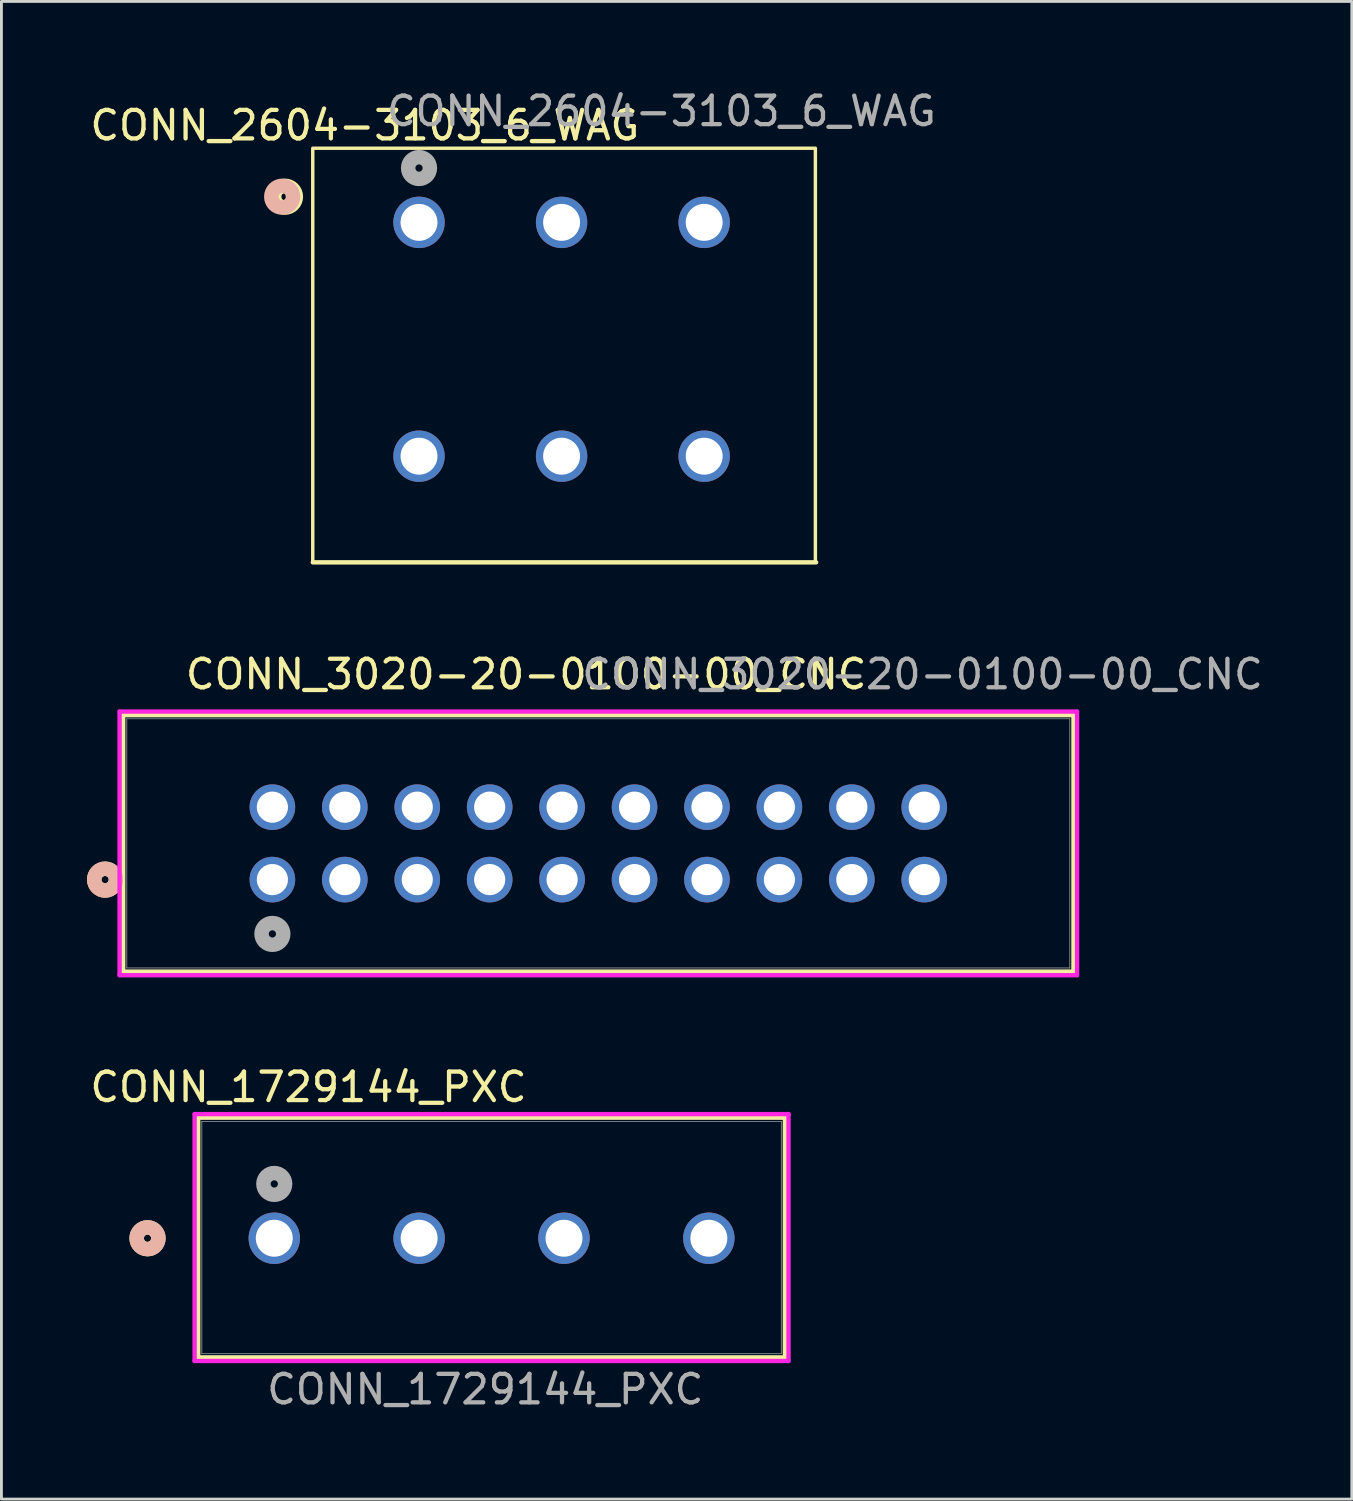
<source format=kicad_pcb>
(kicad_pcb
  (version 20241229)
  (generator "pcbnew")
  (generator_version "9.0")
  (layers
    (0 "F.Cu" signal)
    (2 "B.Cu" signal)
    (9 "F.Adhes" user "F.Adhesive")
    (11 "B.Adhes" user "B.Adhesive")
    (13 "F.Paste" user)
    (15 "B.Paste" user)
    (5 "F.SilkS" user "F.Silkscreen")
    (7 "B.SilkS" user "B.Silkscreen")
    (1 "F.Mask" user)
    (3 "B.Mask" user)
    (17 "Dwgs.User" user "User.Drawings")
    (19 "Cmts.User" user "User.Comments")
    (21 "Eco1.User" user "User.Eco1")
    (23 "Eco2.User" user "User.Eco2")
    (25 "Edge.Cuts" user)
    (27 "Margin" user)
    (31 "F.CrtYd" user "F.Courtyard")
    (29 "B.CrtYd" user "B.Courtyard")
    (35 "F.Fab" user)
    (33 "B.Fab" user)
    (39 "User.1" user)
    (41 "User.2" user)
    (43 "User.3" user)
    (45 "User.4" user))
  (footprint "CONN_1729144_PXC"
    (layer "F.Cu")
    (at 6.568 40.373)
    (property "Reference" "CONN_1729144_PXC" (at 1.2 -5.3 0) (unlocked yes) (layer "F.SilkS") (effects (font (size 1 1) (thickness 0.15))))
    (attr through_hole)
    (fp_line (start -2.667 -4.227) (end -2.667 4.177) (stroke (width 0.152) (type solid)) (layer "F.SilkS"))
    (fp_line (start -2.667 4.177) (end 17.907 4.177) (stroke (width 0.152) (type solid)) (layer "F.SilkS"))
    (fp_line (start 17.907 -4.227) (end -2.667 -4.227) (stroke (width 0.152) (type solid)) (layer "F.SilkS"))
    (fp_line (start 17.907 4.177) (end 17.907 -4.227) (stroke (width 0.152) (type solid)) (layer "F.SilkS"))
    (fp_circle (center -4.445 0) (end -4.064 0) (stroke (width 0.508) (type solid)) (fill no) (layer "F.SilkS"))
    (fp_circle (center -4.445 0) (end -4.064 0) (stroke (width 0.508) (type solid)) (fill no) (layer "B.SilkS"))
    (fp_line (start -2.794 -4.354) (end -2.794 4.304) (stroke (width 0.152) (type solid)) (layer "F.CrtYd"))
    (fp_line (start -2.794 4.304) (end 18.034 4.304) (stroke (width 0.152) (type solid)) (layer "F.CrtYd"))
    (fp_line (start 18.034 -4.354) (end -2.794 -4.354) (stroke (width 0.152) (type solid)) (layer "F.CrtYd"))
    (fp_line (start 18.034 4.304) (end 18.034 -4.354) (stroke (width 0.152) (type solid)) (layer "F.CrtYd"))
    (fp_line (start -2.54 -4.1) (end -2.54 4.05) (stroke (width 0.025) (type solid)) (layer "F.Fab"))
    (fp_line (start -2.54 4.05) (end 17.78 4.05) (stroke (width 0.025) (type solid)) (layer "F.Fab"))
    (fp_line (start 17.78 -4.1) (end -2.54 -4.1) (stroke (width 0.025) (type solid)) (layer "F.Fab"))
    (fp_line (start 17.78 4.05) (end 17.78 -4.1) (stroke (width 0.025) (type solid)) (layer "F.Fab"))
    (fp_circle (center 0 -1.905) (end 0.381 -1.905) (stroke (width 0.508) (type solid)) (fill no) (layer "F.Fab"))
    (fp_text user "${REFERENCE}" (at 7.4 5.3 0) (unlocked yes) (layer "F.Fab") (effects (font (size 1 1) (thickness 0.15))))
    (pad "1" thru_hole circle (at 0 0) (size 1.803 1.803) (drill 1.295) (layers "*.Cu" "*.Mask"))
    (pad "2" thru_hole circle (at 5.08 0) (size 1.803 1.803) (drill 1.295) (layers "*.Cu" "*.Mask"))
    (pad "3" thru_hole circle (at 10.16 0) (size 1.803 1.803) (drill 1.295) (layers "*.Cu" "*.Mask"))
    (pad "4" thru_hole circle (at 15.24 0) (size 1.803 1.803) (drill 1.295) (layers "*.Cu" "*.Mask")))
  (footprint "CONN_3020-20-0100-00_CNC"
    (layer "F.Cu")
    (at 6.502 27.796)
    (property "Reference" "CONN_3020-20-0100-00_CNC" (at 8.9 -7.2 0) (unlocked yes) (layer "F.SilkS") (effects (font (size 1 1) (thickness 0.15))))
    (attr through_hole)
    (fp_line (start -5.232 -5.766) (end -5.232 3.226) (stroke (width 0.152) (type solid)) (layer "F.SilkS"))
    (fp_line (start -5.232 3.226) (end 28.092 3.226) (stroke (width 0.152) (type solid)) (layer "F.SilkS"))
    (fp_line (start 28.092 -5.766) (end -5.232 -5.766) (stroke (width 0.152) (type solid)) (layer "F.SilkS"))
    (fp_line (start 28.092 3.226) (end 28.092 -5.766) (stroke (width 0.152) (type solid)) (layer "F.SilkS"))
    (fp_circle (center -5.867 0) (end -5.486 0) (stroke (width 0.508) (type solid)) (fill no) (layer "F.SilkS"))
    (fp_circle (center -5.867 0) (end -5.486 0) (stroke (width 0.508) (type solid)) (fill no) (layer "B.SilkS"))
    (fp_line (start -5.359 -5.893) (end -5.359 3.353) (stroke (width 0.152) (type solid)) (layer "F.CrtYd"))
    (fp_line (start -5.359 3.353) (end 28.219 3.353) (stroke (width 0.152) (type solid)) (layer "F.CrtYd"))
    (fp_line (start 28.219 -5.893) (end -5.359 -5.893) (stroke (width 0.152) (type solid)) (layer "F.CrtYd"))
    (fp_line (start 28.219 3.353) (end 28.219 -5.893) (stroke (width 0.152) (type solid)) (layer "F.CrtYd"))
    (fp_line (start -5.105 -5.639) (end -5.105 3.099) (stroke (width 0.025) (type solid)) (layer "F.Fab"))
    (fp_line (start -5.105 3.099) (end 27.965 3.099) (stroke (width 0.025) (type solid)) (layer "F.Fab"))
    (fp_line (start 27.965 -5.639) (end -5.105 -5.639) (stroke (width 0.025) (type solid)) (layer "F.Fab"))
    (fp_line (start 27.965 3.099) (end 27.965 -5.639) (stroke (width 0.025) (type solid)) (layer "F.Fab"))
    (fp_circle (center 0 1.905) (end 0.381 1.905) (stroke (width 0.508) (type solid)) (fill no) (layer "F.Fab"))
    (fp_text user "${REFERENCE}" (at 22.8 -7.2 0) (unlocked yes) (layer "F.Fab") (effects (font (size 1 1) (thickness 0.15))))
    (pad "1" thru_hole circle (at 0 0) (size 1.6 1.6) (drill 1.092) (layers "*.Cu" "*.Mask"))
    (pad "2" thru_hole circle (at 0 -2.54) (size 1.6 1.6) (drill 1.092) (layers "*.Cu" "*.Mask"))
    (pad "3" thru_hole circle (at 2.54 0) (size 1.6 1.6) (drill 1.092) (layers "*.Cu" "*.Mask"))
    (pad "4" thru_hole circle (at 2.54 -2.54) (size 1.6 1.6) (drill 1.092) (layers "*.Cu" "*.Mask"))
    (pad "5" thru_hole circle (at 5.08 0) (size 1.6 1.6) (drill 1.092) (layers "*.Cu" "*.Mask"))
    (pad "6" thru_hole circle (at 5.08 -2.54) (size 1.6 1.6) (drill 1.092) (layers "*.Cu" "*.Mask"))
    (pad "7" thru_hole circle (at 7.62 0) (size 1.6 1.6) (drill 1.092) (layers "*.Cu" "*.Mask"))
    (pad "8" thru_hole circle (at 7.62 -2.54) (size 1.6 1.6) (drill 1.092) (layers "*.Cu" "*.Mask"))
    (pad "9" thru_hole circle (at 10.16 0) (size 1.6 1.6) (drill 1.092) (layers "*.Cu" "*.Mask"))
    (pad "10" thru_hole circle (at 10.16 -2.54) (size 1.6 1.6) (drill 1.092) (layers "*.Cu" "*.Mask"))
    (pad "11" thru_hole circle (at 12.7 0) (size 1.6 1.6) (drill 1.092) (layers "*.Cu" "*.Mask"))
    (pad "12" thru_hole circle (at 12.7 -2.54) (size 1.6 1.6) (drill 1.092) (layers "*.Cu" "*.Mask"))
    (pad "13" thru_hole circle (at 15.24 0) (size 1.6 1.6) (drill 1.092) (layers "*.Cu" "*.Mask"))
    (pad "14" thru_hole circle (at 15.24 -2.54) (size 1.6 1.6) (drill 1.092) (layers "*.Cu" "*.Mask"))
    (pad "15" thru_hole circle (at 17.78 0) (size 1.6 1.6) (drill 1.092) (layers "*.Cu" "*.Mask"))
    (pad "16" thru_hole circle (at 17.78 -2.54) (size 1.6 1.6) (drill 1.092) (layers "*.Cu" "*.Mask"))
    (pad "17" thru_hole circle (at 20.32 0) (size 1.6 1.6) (drill 1.092) (layers "*.Cu" "*.Mask"))
    (pad "18" thru_hole circle (at 20.32 -2.54) (size 1.6 1.6) (drill 1.092) (layers "*.Cu" "*.Mask"))
    (pad "19" thru_hole circle (at 22.86 0) (size 1.6 1.6) (drill 1.092) (layers "*.Cu" "*.Mask"))
    (pad "20" thru_hole circle (at 22.86 -2.54) (size 1.6 1.6) (drill 1.092) (layers "*.Cu" "*.Mask")))
  (footprint "CONN_2604-3103_6_WAG"
    (layer "F.Cu")
    (at 11.644 4.748)
    (property "Reference" "CONN_2604-3103_6_WAG" (at -1.9 -3.4 0) (unlocked yes) (layer "F.SilkS") (effects (font (size 1 1) (thickness 0.15))))
    (attr through_hole)
    (fp_line (start -3.726 11.923) (end 13.927 11.923) (stroke (width 0.152) (type solid)) (layer "F.SilkS"))
    (fp_rect (start -3.726 11.923) (end 13.9 -2.6) (stroke (width 0.12) (type default)) (fill no) (layer "F.SilkS"))
    (fp_circle (center -4.7 -0.9) (end -4.319 -0.9) (stroke (width 0.508) (type solid)) (fill no) (layer "F.SilkS"))
    (fp_circle (center -4.8 -0.9) (end -4.419 -0.9) (stroke (width 0.508) (type solid)) (fill no) (layer "B.SilkS"))
    (fp_circle (center 0 -1.905) (end 0.381 -1.905) (stroke (width 0.508) (type solid)) (fill no) (layer "F.Fab"))
    (fp_text user "${REFERENCE}" (at 8.5 -3.9 0) (unlocked yes) (layer "F.Fab") (effects (font (size 1 1) (thickness 0.15))))
    (pad "1" thru_hole circle (at 0 0) (size 1.803 1.803) (drill 1.295) (layers "*.Cu" "*.Mask"))
    (pad "2" thru_hole circle (at 0 8.2) (size 1.803 1.803) (drill 1.295) (layers "*.Cu" "*.Mask"))
    (pad "3" thru_hole circle (at 5 0) (size 1.803 1.803) (drill 1.295) (layers "*.Cu" "*.Mask"))
    (pad "4" thru_hole circle (at 5 8.2) (size 1.803 1.803) (drill 1.295) (layers "*.Cu" "*.Mask"))
    (pad "5" thru_hole circle (at 10 0) (size 1.803 1.803) (drill 1.295) (layers "*.Cu" "*.Mask"))
    (pad "6" thru_hole circle (at 10 8.2) (size 1.803 1.803) (drill 1.295) (layers "*.Cu" "*.Mask")))
  (gr_rect
    (start -3 -3)
    (end 44.356 49.521)
    (stroke (width 0.1) (type default))
    (fill no)
    (layer "Edge.Cuts")))
</source>
